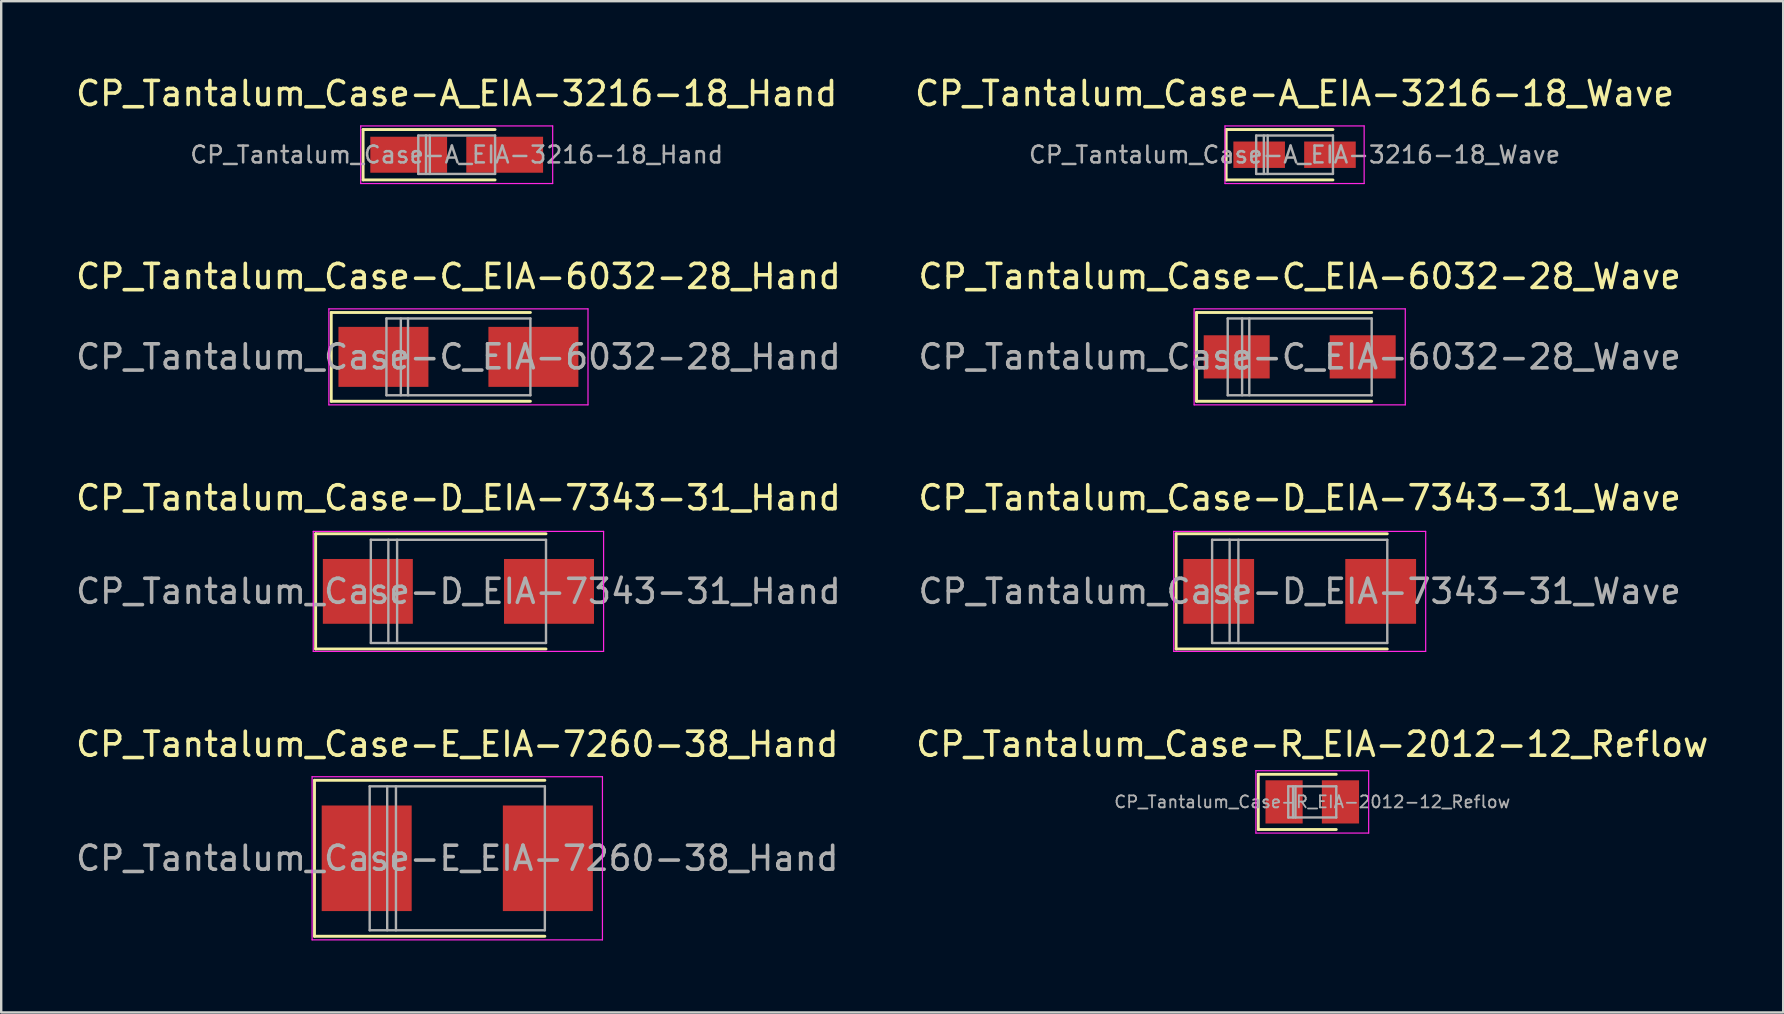
<source format=kicad_pcb>
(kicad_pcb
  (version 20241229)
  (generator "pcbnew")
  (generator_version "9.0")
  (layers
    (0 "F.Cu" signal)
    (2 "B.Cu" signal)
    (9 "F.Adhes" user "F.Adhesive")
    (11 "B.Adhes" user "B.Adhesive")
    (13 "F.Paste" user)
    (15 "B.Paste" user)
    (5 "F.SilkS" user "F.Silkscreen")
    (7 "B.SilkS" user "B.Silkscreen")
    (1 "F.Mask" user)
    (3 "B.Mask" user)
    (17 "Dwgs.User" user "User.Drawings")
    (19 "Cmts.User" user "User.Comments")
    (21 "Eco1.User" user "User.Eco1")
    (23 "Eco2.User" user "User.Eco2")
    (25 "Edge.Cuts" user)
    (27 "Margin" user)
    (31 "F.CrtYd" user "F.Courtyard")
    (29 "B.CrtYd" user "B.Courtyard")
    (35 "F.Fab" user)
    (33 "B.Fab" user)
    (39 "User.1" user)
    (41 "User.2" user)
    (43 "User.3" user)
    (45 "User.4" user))
  (footprint "CP_Tantalum_Case-D_EIA-7343-31_Hand"
    (layer "F.Cu")
    (at 16.054 21.595)
    (property "Reference" "CP_Tantalum_Case-D_EIA-7343-31_Hand" (at 0 -3.9 0) (layer "F.SilkS") (effects (font (size 1 1) (thickness 0.15))))
    (attr smd)
    (fp_line (start -5.95 -2.4) (end -5.95 2.4) (stroke (width 0.12) (type solid)) (layer "F.SilkS"))
    (fp_line (start -5.95 -2.4) (end 3.65 -2.4) (stroke (width 0.12) (type solid)) (layer "F.SilkS"))
    (fp_line (start -5.95 2.4) (end 3.65 2.4) (stroke (width 0.12) (type solid)) (layer "F.SilkS"))
    (fp_line (start -6.05 -2.5) (end -6.05 2.5) (stroke (width 0.05) (type solid)) (layer "F.CrtYd"))
    (fp_line (start -6.05 2.5) (end 6.05 2.5) (stroke (width 0.05) (type solid)) (layer "F.CrtYd"))
    (fp_line (start 6.05 -2.5) (end -6.05 -2.5) (stroke (width 0.05) (type solid)) (layer "F.CrtYd"))
    (fp_line (start 6.05 2.5) (end 6.05 -2.5) (stroke (width 0.05) (type solid)) (layer "F.CrtYd"))
    (fp_line (start -3.65 -2.15) (end -3.65 2.15) (stroke (width 0.1) (type solid)) (layer "F.Fab"))
    (fp_line (start -3.65 2.15) (end 3.65 2.15) (stroke (width 0.1) (type solid)) (layer "F.Fab"))
    (fp_line (start -2.92 -2.15) (end -2.92 2.15) (stroke (width 0.1) (type solid)) (layer "F.Fab"))
    (fp_line (start -2.555 -2.15) (end -2.555 2.15) (stroke (width 0.1) (type solid)) (layer "F.Fab"))
    (fp_line (start 3.65 -2.15) (end -3.65 -2.15) (stroke (width 0.1) (type solid)) (layer "F.Fab"))
    (fp_line (start 3.65 2.15) (end 3.65 -2.15) (stroke (width 0.1) (type solid)) (layer "F.Fab"))
    (fp_text user "${REFERENCE}" (at 0 0 0) (layer "F.Fab") (effects (font (size 1 1) (thickness 0.15))))
    (pad "1" smd rect (at -3.775 0) (size 3.75 2.7) (layers "F.Cu" "F.Mask" "F.Paste"))
    (pad "2" smd rect (at 3.775 0) (size 3.75 2.7) (layers "F.Cu" "F.Mask" "F.Paste")))
  (footprint "CP_Tantalum_Case-D_EIA-7343-31_Wave"
    (layer "F.Cu")
    (at 51.113 21.595)
    (property "Reference" "CP_Tantalum_Case-D_EIA-7343-31_Wave" (at 0 -3.9 0) (layer "F.SilkS") (effects (font (size 1 1) (thickness 0.15))))
    (attr smd)
    (fp_line (start -5.15 -2.4) (end -5.15 2.4) (stroke (width 0.12) (type solid)) (layer "F.SilkS"))
    (fp_line (start -5.15 -2.4) (end 3.65 -2.4) (stroke (width 0.12) (type solid)) (layer "F.SilkS"))
    (fp_line (start -5.15 2.4) (end 3.65 2.4) (stroke (width 0.12) (type solid)) (layer "F.SilkS"))
    (fp_line (start -5.25 -2.5) (end -5.25 2.5) (stroke (width 0.05) (type solid)) (layer "F.CrtYd"))
    (fp_line (start -5.25 2.5) (end 5.25 2.5) (stroke (width 0.05) (type solid)) (layer "F.CrtYd"))
    (fp_line (start 5.25 -2.5) (end -5.25 -2.5) (stroke (width 0.05) (type solid)) (layer "F.CrtYd"))
    (fp_line (start 5.25 2.5) (end 5.25 -2.5) (stroke (width 0.05) (type solid)) (layer "F.CrtYd"))
    (fp_line (start -3.65 -2.15) (end -3.65 2.15) (stroke (width 0.1) (type solid)) (layer "F.Fab"))
    (fp_line (start -3.65 2.15) (end 3.65 2.15) (stroke (width 0.1) (type solid)) (layer "F.Fab"))
    (fp_line (start -2.92 -2.15) (end -2.92 2.15) (stroke (width 0.1) (type solid)) (layer "F.Fab"))
    (fp_line (start -2.555 -2.15) (end -2.555 2.15) (stroke (width 0.1) (type solid)) (layer "F.Fab"))
    (fp_line (start 3.65 -2.15) (end -3.65 -2.15) (stroke (width 0.1) (type solid)) (layer "F.Fab"))
    (fp_line (start 3.65 2.15) (end 3.65 -2.15) (stroke (width 0.1) (type solid)) (layer "F.Fab"))
    (fp_text user "${REFERENCE}" (at 0 0 0) (layer "F.Fab") (effects (font (size 1 1) (thickness 0.15))))
    (pad "1" smd rect (at -3.375 0) (size 2.95 2.7) (layers "F.Cu" "F.Mask" "F.Paste"))
    (pad "2" smd rect (at 3.375 0) (size 2.95 2.7) (layers "F.Cu" "F.Mask" "F.Paste")))
  (footprint "CP_Tantalum_Case-C_EIA-6032-28_Wave"
    (layer "F.Cu")
    (at 51.113 11.822)
    (property "Reference" "CP_Tantalum_Case-C_EIA-6032-28_Wave" (at 0 -3.35 0) (layer "F.SilkS") (effects (font (size 1 1) (thickness 0.15))))
    (attr smd)
    (fp_line (start -4.3 -1.85) (end -4.3 1.85) (stroke (width 0.12) (type solid)) (layer "F.SilkS"))
    (fp_line (start -4.3 -1.85) (end 3 -1.85) (stroke (width 0.12) (type solid)) (layer "F.SilkS"))
    (fp_line (start -4.3 1.85) (end 3 1.85) (stroke (width 0.12) (type solid)) (layer "F.SilkS"))
    (fp_line (start -4.4 -2) (end -4.4 2) (stroke (width 0.05) (type solid)) (layer "F.CrtYd"))
    (fp_line (start -4.4 2) (end 4.4 2) (stroke (width 0.05) (type solid)) (layer "F.CrtYd"))
    (fp_line (start 4.4 -2) (end -4.4 -2) (stroke (width 0.05) (type solid)) (layer "F.CrtYd"))
    (fp_line (start 4.4 2) (end 4.4 -2) (stroke (width 0.05) (type solid)) (layer "F.CrtYd"))
    (fp_line (start -3 -1.6) (end -3 1.6) (stroke (width 0.1) (type solid)) (layer "F.Fab"))
    (fp_line (start -3 1.6) (end 3 1.6) (stroke (width 0.1) (type solid)) (layer "F.Fab"))
    (fp_line (start -2.4 -1.6) (end -2.4 1.6) (stroke (width 0.1) (type solid)) (layer "F.Fab"))
    (fp_line (start -2.1 -1.6) (end -2.1 1.6) (stroke (width 0.1) (type solid)) (layer "F.Fab"))
    (fp_line (start 3 -1.6) (end -3 -1.6) (stroke (width 0.1) (type solid)) (layer "F.Fab"))
    (fp_line (start 3 1.6) (end 3 -1.6) (stroke (width 0.1) (type solid)) (layer "F.Fab"))
    (fp_text user "${REFERENCE}" (at 0 0 0) (layer "F.Fab") (effects (font (size 1 1) (thickness 0.15))))
    (pad "1" smd rect (at -2.625 0) (size 2.75 1.8) (layers "F.Cu" "F.Mask" "F.Paste"))
    (pad "2" smd rect (at 2.625 0) (size 2.75 1.8) (layers "F.Cu" "F.Mask" "F.Paste")))
  (footprint "CP_Tantalum_Case-R_EIA-2012-12_Reflow"
    (layer "F.Cu")
    (at 51.637 30.368)
    (property "Reference" "CP_Tantalum_Case-R_EIA-2012-12_Reflow" (at 0 -2.4 0) (layer "F.SilkS") (effects (font (size 1 1) (thickness 0.15))))
    (attr smd)
    (fp_line (start -2.25 -1.15) (end -2.25 1.15) (stroke (width 0.12) (type solid)) (layer "F.SilkS"))
    (fp_line (start -2.25 -1.15) (end 1 -1.15) (stroke (width 0.12) (type solid)) (layer "F.SilkS"))
    (fp_line (start -2.25 1.15) (end 1 1.15) (stroke (width 0.12) (type solid)) (layer "F.SilkS"))
    (fp_line (start -2.35 -1.3) (end -2.35 1.3) (stroke (width 0.05) (type solid)) (layer "F.CrtYd"))
    (fp_line (start -2.35 1.3) (end 2.35 1.3) (stroke (width 0.05) (type solid)) (layer "F.CrtYd"))
    (fp_line (start 2.35 -1.3) (end -2.35 -1.3) (stroke (width 0.05) (type solid)) (layer "F.CrtYd"))
    (fp_line (start 2.35 1.3) (end 2.35 -1.3) (stroke (width 0.05) (type solid)) (layer "F.CrtYd"))
    (fp_line (start -1 -0.65) (end -1 0.65) (stroke (width 0.1) (type solid)) (layer "F.Fab"))
    (fp_line (start -1 0.65) (end 1 0.65) (stroke (width 0.1) (type solid)) (layer "F.Fab"))
    (fp_line (start -0.8 -0.65) (end -0.8 0.65) (stroke (width 0.1) (type solid)) (layer "F.Fab"))
    (fp_line (start -0.7 -0.65) (end -0.7 0.65) (stroke (width 0.1) (type solid)) (layer "F.Fab"))
    (fp_line (start 1 -0.65) (end -1 -0.65) (stroke (width 0.1) (type solid)) (layer "F.Fab"))
    (fp_line (start 1 0.65) (end 1 -0.65) (stroke (width 0.1) (type solid)) (layer "F.Fab"))
    (fp_text user "${REFERENCE}" (at 0 0 0) (layer "F.Fab") (effects (font (size 0.5 0.5) (thickness 0.075))))
    (pad "1" smd rect (at -1.175 0) (size 1.55 1.8) (layers "F.Cu" "F.Mask" "F.Paste"))
    (pad "2" smd rect (at 1.175 0) (size 1.55 1.8) (layers "F.Cu" "F.Mask" "F.Paste")))
  (footprint "CP_Tantalum_Case-A_EIA-3216-18_Wave"
    (layer "F.Cu")
    (at 50.899 3.398)
    (property "Reference" "CP_Tantalum_Case-A_EIA-3216-18_Wave" (at 0 -2.55 0) (layer "F.SilkS") (effects (font (size 1 1) (thickness 0.15))))
    (attr smd)
    (fp_line (start -2.85 -1.05) (end -2.85 1.05) (stroke (width 0.12) (type solid)) (layer "F.SilkS"))
    (fp_line (start -2.85 -1.05) (end 1.6 -1.05) (stroke (width 0.12) (type solid)) (layer "F.SilkS"))
    (fp_line (start -2.85 1.05) (end 1.6 1.05) (stroke (width 0.12) (type solid)) (layer "F.SilkS"))
    (fp_line (start -2.9 -1.2) (end -2.9 1.2) (stroke (width 0.05) (type solid)) (layer "F.CrtYd"))
    (fp_line (start -2.9 1.2) (end 2.9 1.2) (stroke (width 0.05) (type solid)) (layer "F.CrtYd"))
    (fp_line (start 2.9 -1.2) (end -2.9 -1.2) (stroke (width 0.05) (type solid)) (layer "F.CrtYd"))
    (fp_line (start 2.9 1.2) (end 2.9 -1.2) (stroke (width 0.05) (type solid)) (layer "F.CrtYd"))
    (fp_line (start -1.6 -0.8) (end -1.6 0.8) (stroke (width 0.1) (type solid)) (layer "F.Fab"))
    (fp_line (start -1.6 0.8) (end 1.6 0.8) (stroke (width 0.1) (type solid)) (layer "F.Fab"))
    (fp_line (start -1.28 -0.8) (end -1.28 0.8) (stroke (width 0.1) (type solid)) (layer "F.Fab"))
    (fp_line (start -1.12 -0.8) (end -1.12 0.8) (stroke (width 0.1) (type solid)) (layer "F.Fab"))
    (fp_line (start 1.6 -0.8) (end -1.6 -0.8) (stroke (width 0.1) (type solid)) (layer "F.Fab"))
    (fp_line (start 1.6 0.8) (end 1.6 -0.8) (stroke (width 0.1) (type solid)) (layer "F.Fab"))
    (fp_text user "${REFERENCE}" (at 0 0 0) (layer "F.Fab") (effects (font (size 0.7 0.7) (thickness 0.105))))
    (pad "1" smd rect (at -1.475 0) (size 2.15 1.1) (layers "F.Cu" "F.Mask" "F.Paste"))
    (pad "2" smd rect (at 1.475 0) (size 2.15 1.1) (layers "F.Cu" "F.Mask" "F.Paste")))
  (footprint "CP_Tantalum_Case-E_EIA-7260-38_Hand"
    (layer "F.Cu")
    (at 16.006 32.718)
    (property "Reference" "CP_Tantalum_Case-E_EIA-7260-38_Hand" (at 0 -4.75 0) (layer "F.SilkS") (effects (font (size 1 1) (thickness 0.15))))
    (attr smd)
    (fp_line (start -5.95 -3.25) (end -5.95 3.25) (stroke (width 0.12) (type solid)) (layer "F.SilkS"))
    (fp_line (start -5.95 -3.25) (end 3.65 -3.25) (stroke (width 0.12) (type solid)) (layer "F.SilkS"))
    (fp_line (start -5.95 3.25) (end 3.65 3.25) (stroke (width 0.12) (type solid)) (layer "F.SilkS"))
    (fp_line (start -6.05 -3.4) (end -6.05 3.4) (stroke (width 0.05) (type solid)) (layer "F.CrtYd"))
    (fp_line (start -6.05 3.4) (end 6.05 3.4) (stroke (width 0.05) (type solid)) (layer "F.CrtYd"))
    (fp_line (start 6.05 -3.4) (end -6.05 -3.4) (stroke (width 0.05) (type solid)) (layer "F.CrtYd"))
    (fp_line (start 6.05 3.4) (end 6.05 -3.4) (stroke (width 0.05) (type solid)) (layer "F.CrtYd"))
    (fp_line (start -3.65 -3) (end -3.65 3) (stroke (width 0.1) (type solid)) (layer "F.Fab"))
    (fp_line (start -3.65 3) (end 3.65 3) (stroke (width 0.1) (type solid)) (layer "F.Fab"))
    (fp_line (start -2.92 -3) (end -2.92 3) (stroke (width 0.1) (type solid)) (layer "F.Fab"))
    (fp_line (start -2.555 -3) (end -2.555 3) (stroke (width 0.1) (type solid)) (layer "F.Fab"))
    (fp_line (start 3.65 -3) (end -3.65 -3) (stroke (width 0.1) (type solid)) (layer "F.Fab"))
    (fp_line (start 3.65 3) (end 3.65 -3) (stroke (width 0.1) (type solid)) (layer "F.Fab"))
    (fp_text user "${REFERENCE}" (at 0 0 0) (layer "F.Fab") (effects (font (size 1 1) (thickness 0.15))))
    (pad "1" smd rect (at -3.775 0) (size 3.75 4.4) (layers "F.Cu" "F.Mask" "F.Paste"))
    (pad "2" smd rect (at 3.775 0) (size 3.75 4.4) (layers "F.Cu" "F.Mask" "F.Paste")))
  (footprint "CP_Tantalum_Case-A_EIA-3216-18_Hand"
    (layer "F.Cu")
    (at 15.982 3.398)
    (property "Reference" "CP_Tantalum_Case-A_EIA-3216-18_Hand" (at 0 -2.55 0) (layer "F.SilkS") (effects (font (size 1 1) (thickness 0.15))))
    (attr smd)
    (fp_line (start -3.9 -1.05) (end -3.9 1.05) (stroke (width 0.12) (type solid)) (layer "F.SilkS"))
    (fp_line (start -3.9 -1.05) (end 1.6 -1.05) (stroke (width 0.12) (type solid)) (layer "F.SilkS"))
    (fp_line (start -3.9 1.05) (end 1.6 1.05) (stroke (width 0.12) (type solid)) (layer "F.SilkS"))
    (fp_line (start -4 -1.2) (end -4 1.2) (stroke (width 0.05) (type solid)) (layer "F.CrtYd"))
    (fp_line (start -4 1.2) (end 4 1.2) (stroke (width 0.05) (type solid)) (layer "F.CrtYd"))
    (fp_line (start 4 -1.2) (end -4 -1.2) (stroke (width 0.05) (type solid)) (layer "F.CrtYd"))
    (fp_line (start 4 1.2) (end 4 -1.2) (stroke (width 0.05) (type solid)) (layer "F.CrtYd"))
    (fp_line (start -1.6 -0.8) (end -1.6 0.8) (stroke (width 0.1) (type solid)) (layer "F.Fab"))
    (fp_line (start -1.6 0.8) (end 1.6 0.8) (stroke (width 0.1) (type solid)) (layer "F.Fab"))
    (fp_line (start -1.28 -0.8) (end -1.28 0.8) (stroke (width 0.1) (type solid)) (layer "F.Fab"))
    (fp_line (start -1.12 -0.8) (end -1.12 0.8) (stroke (width 0.1) (type solid)) (layer "F.Fab"))
    (fp_line (start 1.6 -0.8) (end -1.6 -0.8) (stroke (width 0.1) (type solid)) (layer "F.Fab"))
    (fp_line (start 1.6 0.8) (end 1.6 -0.8) (stroke (width 0.1) (type solid)) (layer "F.Fab"))
    (fp_text user "${REFERENCE}" (at 0 0 0) (layer "F.Fab") (effects (font (size 0.7 0.7) (thickness 0.105))))
    (pad "1" smd rect (at -2 0) (size 3.2 1.5) (layers "F.Cu" "F.Mask" "F.Paste"))
    (pad "2" smd rect (at 2 0) (size 3.2 1.5) (layers "F.Cu" "F.Mask" "F.Paste")))
  (footprint "CP_Tantalum_Case-C_EIA-6032-28_Hand"
    (layer "F.Cu")
    (at 16.054 11.822)
    (property "Reference" "CP_Tantalum_Case-C_EIA-6032-28_Hand" (at 0 -3.35 0) (layer "F.SilkS") (effects (font (size 1 1) (thickness 0.15))))
    (attr smd)
    (fp_line (start -5.3 -1.85) (end -5.3 1.85) (stroke (width 0.12) (type solid)) (layer "F.SilkS"))
    (fp_line (start -5.3 -1.85) (end 3 -1.85) (stroke (width 0.12) (type solid)) (layer "F.SilkS"))
    (fp_line (start -5.3 1.85) (end 3 1.85) (stroke (width 0.12) (type solid)) (layer "F.SilkS"))
    (fp_line (start -5.4 -2) (end -5.4 2) (stroke (width 0.05) (type solid)) (layer "F.CrtYd"))
    (fp_line (start -5.4 2) (end 5.4 2) (stroke (width 0.05) (type solid)) (layer "F.CrtYd"))
    (fp_line (start 5.4 -2) (end -5.4 -2) (stroke (width 0.05) (type solid)) (layer "F.CrtYd"))
    (fp_line (start 5.4 2) (end 5.4 -2) (stroke (width 0.05) (type solid)) (layer "F.CrtYd"))
    (fp_line (start -3 -1.6) (end -3 1.6) (stroke (width 0.1) (type solid)) (layer "F.Fab"))
    (fp_line (start -3 1.6) (end 3 1.6) (stroke (width 0.1) (type solid)) (layer "F.Fab"))
    (fp_line (start -2.4 -1.6) (end -2.4 1.6) (stroke (width 0.1) (type solid)) (layer "F.Fab"))
    (fp_line (start -2.1 -1.6) (end -2.1 1.6) (stroke (width 0.1) (type solid)) (layer "F.Fab"))
    (fp_line (start 3 -1.6) (end -3 -1.6) (stroke (width 0.1) (type solid)) (layer "F.Fab"))
    (fp_line (start 3 1.6) (end 3 -1.6) (stroke (width 0.1) (type solid)) (layer "F.Fab"))
    (fp_text user "${REFERENCE}" (at 0 0 0) (layer "F.Fab") (effects (font (size 1 1) (thickness 0.15))))
    (pad "1" smd rect (at -3.125 0) (size 3.75 2.5) (layers "F.Cu" "F.Mask" "F.Paste"))
    (pad "2" smd rect (at 3.125 0) (size 3.75 2.5) (layers "F.Cu" "F.Mask" "F.Paste")))
  (gr_rect
    (start -3 -3)
    (end 71.262 39.143)
    (stroke (width 0.1) (type default))
    (fill no)
    (layer "Edge.Cuts")))
</source>
